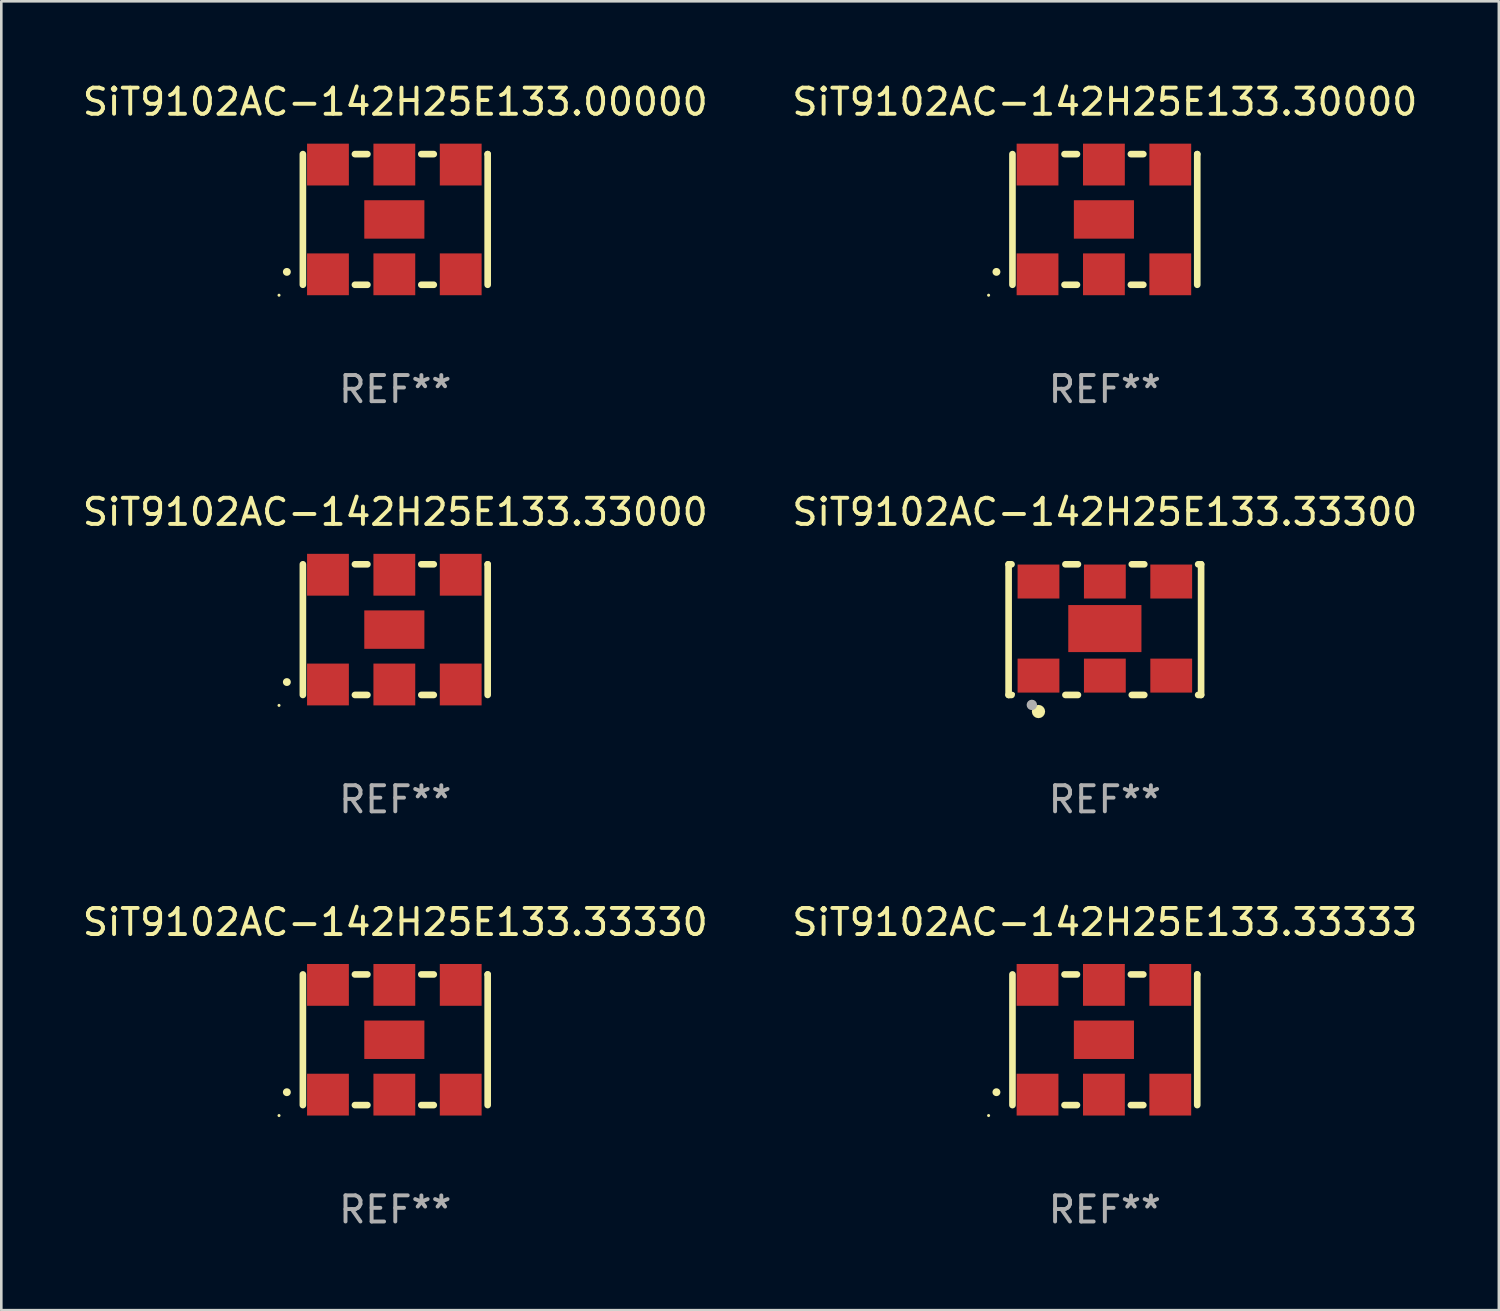
<source format=kicad_pcb>
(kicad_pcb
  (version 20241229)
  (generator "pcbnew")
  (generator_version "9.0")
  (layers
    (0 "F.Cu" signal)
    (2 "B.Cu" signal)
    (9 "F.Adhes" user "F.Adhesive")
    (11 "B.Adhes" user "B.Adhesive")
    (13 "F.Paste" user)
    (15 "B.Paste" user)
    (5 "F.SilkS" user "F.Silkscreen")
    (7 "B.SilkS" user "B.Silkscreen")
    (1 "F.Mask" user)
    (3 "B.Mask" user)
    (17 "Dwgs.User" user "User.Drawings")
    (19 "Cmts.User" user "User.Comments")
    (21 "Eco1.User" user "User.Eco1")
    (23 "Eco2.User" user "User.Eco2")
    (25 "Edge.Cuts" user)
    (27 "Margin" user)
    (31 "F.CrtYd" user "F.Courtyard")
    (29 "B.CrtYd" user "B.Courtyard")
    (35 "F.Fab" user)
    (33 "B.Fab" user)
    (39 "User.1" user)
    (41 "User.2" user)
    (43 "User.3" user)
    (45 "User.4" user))
  (footprint "SiT9102AC-142H25E133.33300"
    (layer "F.Cu")
    (at 39.232 21.045)
    (property "Reference" "SiT9102AC-142H25E133.33300" (at 0 -4.5 0) (layer "F.SilkS") (effects (font (size 1 1) (thickness 0.15))))
    (attr through_hole)
    (fp_line (start -3.683 -2.5) (end -3.571 -2.5) (stroke (width 0.254) (type solid)) (layer "F.SilkS"))
    (fp_line (start -3.683 2.5) (end -3.683 -2.5) (stroke (width 0.254) (type solid)) (layer "F.SilkS"))
    (fp_line (start -3.683 2.5) (end -3.571 2.5) (stroke (width 0.254) (type solid)) (layer "F.SilkS"))
    (fp_line (start -1.509 -2.5) (end -1.031 -2.5) (stroke (width 0.254) (type solid)) (layer "F.SilkS"))
    (fp_line (start -1.509 2.5) (end -1.031 2.5) (stroke (width 0.254) (type solid)) (layer "F.SilkS"))
    (fp_line (start 1.031 -2.5) (end 1.509 -2.5) (stroke (width 0.254) (type solid)) (layer "F.SilkS"))
    (fp_line (start 1.031 2.5) (end 1.509 2.5) (stroke (width 0.254) (type solid)) (layer "F.SilkS"))
    (fp_line (start 3.571 -2.5) (end 3.683 -2.5) (stroke (width 0.254) (type solid)) (layer "F.SilkS"))
    (fp_line (start 3.571 2.5) (end 3.683 2.5) (stroke (width 0.254) (type solid)) (layer "F.SilkS"))
    (fp_line (start 3.683 2.5) (end 3.683 -2.5) (stroke (width 0.254) (type solid)) (layer "F.SilkS"))
    (fp_circle (center -3.5 2.46) (end -3.47 2.46) (stroke (width 0.06) (type solid)) (fill no) (layer "F.SilkS"))
    (fp_circle (center -2.54 3.135) (end -2.413 3.135) (stroke (width 0.254) (type solid)) (fill no) (layer "F.SilkS"))
    (fp_circle (center -2.794 2.881) (end -2.694 2.881) (stroke (width 0.2) (type solid)) (fill no) (layer "F.Fab"))
    (fp_text user "REF**" (at 0 6.5 0) (layer "F.Fab") (effects (font (size 1 1) (thickness 0.15))))
    (pad "1" smd rect (at -2.54 1.76) (size 1.6 1.3) (layers "F.Cu" "F.Mask" "F.Paste"))
    (pad "2" smd rect (at 0 1.76) (size 1.6 1.3) (layers "F.Cu" "F.Mask" "F.Paste"))
    (pad "3" smd rect (at 2.54 1.76) (size 1.6 1.3) (layers "F.Cu" "F.Mask" "F.Paste"))
    (pad "4" smd rect (at 2.54 -1.84) (size 1.6 1.3) (layers "F.Cu" "F.Mask" "F.Paste"))
    (pad "5" smd rect (at 0 -1.84) (size 1.6 1.3) (layers "F.Cu" "F.Mask" "F.Paste"))
    (pad "6" smd rect (at -2.54 -1.84) (size 1.6 1.3) (layers "F.Cu" "F.Mask" "F.Paste"))
    (pad "7" smd rect (at 0 -0.04) (size 2.8 1.8) (layers "F.Cu" "F.Mask" "F.Paste")))
  (footprint "SiT9102AC-142H25E133.00000"
    (layer "F.Cu")
    (at 12.077 5.348)
    (property "Reference" "SiT9102AC-142H25E133.00000" (at 0 -4.5 0) (layer "F.SilkS") (effects (font (size 1 1) (thickness 0.15))))
    (attr through_hole)
    (fp_line (start -3.536 -2.5) (end -3.536 2.5) (stroke (width 0.254) (type solid)) (layer "F.SilkS"))
    (fp_line (start -1.544 2.5) (end -1.067 2.5) (stroke (width 0.254) (type solid)) (layer "F.SilkS"))
    (fp_line (start -1.067 -2.5) (end -1.544 -2.5) (stroke (width 0.254) (type solid)) (layer "F.SilkS"))
    (fp_line (start 0.996 2.5) (end 1.473 2.5) (stroke (width 0.254) (type solid)) (layer "F.SilkS"))
    (fp_line (start 1.473 -2.5) (end 0.996 -2.5) (stroke (width 0.254) (type solid)) (layer "F.SilkS"))
    (fp_line (start 3.536 -2.5) (end 3.536 -2.5) (stroke (width 0.254) (type solid)) (layer "F.SilkS"))
    (fp_line (start 3.536 2.5) (end 3.536 -2.5) (stroke (width 0.254) (type solid)) (layer "F.SilkS"))
    (fp_arc (start -4.150432 2.006604) (mid -4.149162 2.006599) (end -4.147892 2.006604) (stroke (width 0.3) (type solid)) (layer "F.SilkS"))
    (fp_circle (center -4.449 2.9) (end -4.419 2.9) (stroke (width 0.06) (type solid)) (fill no) (layer "F.SilkS"))
    (fp_text user "REF**" (at 0 6.5 0) (layer "F.Fab") (effects (font (size 1 1) (thickness 0.15))))
    (pad "1" smd rect (at -2.576 2.1) (size 1.6 1.6) (layers "F.Cu" "F.Mask" "F.Paste"))
    (pad "2" smd rect (at -0.036 2.1) (size 1.6 1.6) (layers "F.Cu" "F.Mask" "F.Paste"))
    (pad "3" smd rect (at 2.504 2.1) (size 1.6 1.6) (layers "F.Cu" "F.Mask" "F.Paste"))
    (pad "4" smd rect (at 2.504 -2.1) (size 1.6 1.6) (layers "F.Cu" "F.Mask" "F.Paste"))
    (pad "5" smd rect (at -0.036 -2.1) (size 1.6 1.6) (layers "F.Cu" "F.Mask" "F.Paste"))
    (pad "6" smd rect (at -2.576 -2.1) (size 1.6 1.6) (layers "F.Cu" "F.Mask" "F.Paste"))
    (pad "7" smd rect (at -0.036 0) (size 2.3 1.47) (layers "F.Cu" "F.Mask" "F.Paste")))
  (footprint "SiT9102AC-142H25E133.33000"
    (layer "F.Cu")
    (at 12.077 21.045)
    (property "Reference" "SiT9102AC-142H25E133.33000" (at 0 -4.5 0) (layer "F.SilkS") (effects (font (size 1 1) (thickness 0.15))))
    (attr through_hole)
    (fp_line (start -3.536 -2.5) (end -3.536 2.5) (stroke (width 0.254) (type solid)) (layer "F.SilkS"))
    (fp_line (start -1.544 2.5) (end -1.067 2.5) (stroke (width 0.254) (type solid)) (layer "F.SilkS"))
    (fp_line (start -1.067 -2.5) (end -1.544 -2.5) (stroke (width 0.254) (type solid)) (layer "F.SilkS"))
    (fp_line (start 0.996 2.5) (end 1.473 2.5) (stroke (width 0.254) (type solid)) (layer "F.SilkS"))
    (fp_line (start 1.473 -2.5) (end 0.996 -2.5) (stroke (width 0.254) (type solid)) (layer "F.SilkS"))
    (fp_line (start 3.536 -2.5) (end 3.536 -2.5) (stroke (width 0.254) (type solid)) (layer "F.SilkS"))
    (fp_line (start 3.536 2.5) (end 3.536 -2.5) (stroke (width 0.254) (type solid)) (layer "F.SilkS"))
    (fp_arc (start -4.150432 2.006604) (mid -4.149162 2.006599) (end -4.147892 2.006604) (stroke (width 0.3) (type solid)) (layer "F.SilkS"))
    (fp_circle (center -4.449 2.9) (end -4.419 2.9) (stroke (width 0.06) (type solid)) (fill no) (layer "F.SilkS"))
    (fp_text user "REF**" (at 0 6.5 0) (layer "F.Fab") (effects (font (size 1 1) (thickness 0.15))))
    (pad "1" smd rect (at -2.576 2.1) (size 1.6 1.6) (layers "F.Cu" "F.Mask" "F.Paste"))
    (pad "2" smd rect (at -0.036 2.1) (size 1.6 1.6) (layers "F.Cu" "F.Mask" "F.Paste"))
    (pad "3" smd rect (at 2.504 2.1) (size 1.6 1.6) (layers "F.Cu" "F.Mask" "F.Paste"))
    (pad "4" smd rect (at 2.504 -2.1) (size 1.6 1.6) (layers "F.Cu" "F.Mask" "F.Paste"))
    (pad "5" smd rect (at -0.036 -2.1) (size 1.6 1.6) (layers "F.Cu" "F.Mask" "F.Paste"))
    (pad "6" smd rect (at -2.576 -2.1) (size 1.6 1.6) (layers "F.Cu" "F.Mask" "F.Paste"))
    (pad "7" smd rect (at -0.036 0) (size 2.3 1.47) (layers "F.Cu" "F.Mask" "F.Paste")))
  (footprint "SiT9102AC-142H25E133.33333"
    (layer "F.Cu")
    (at 39.232 36.741)
    (property "Reference" "SiT9102AC-142H25E133.33333" (at 0 -4.5 0) (layer "F.SilkS") (effects (font (size 1 1) (thickness 0.15))))
    (attr through_hole)
    (fp_line (start -3.536 -2.5) (end -3.536 2.5) (stroke (width 0.254) (type solid)) (layer "F.SilkS"))
    (fp_line (start -1.544 2.5) (end -1.067 2.5) (stroke (width 0.254) (type solid)) (layer "F.SilkS"))
    (fp_line (start -1.067 -2.5) (end -1.544 -2.5) (stroke (width 0.254) (type solid)) (layer "F.SilkS"))
    (fp_line (start 0.996 2.5) (end 1.473 2.5) (stroke (width 0.254) (type solid)) (layer "F.SilkS"))
    (fp_line (start 1.473 -2.5) (end 0.996 -2.5) (stroke (width 0.254) (type solid)) (layer "F.SilkS"))
    (fp_line (start 3.536 -2.5) (end 3.536 -2.5) (stroke (width 0.254) (type solid)) (layer "F.SilkS"))
    (fp_line (start 3.536 2.5) (end 3.536 -2.5) (stroke (width 0.254) (type solid)) (layer "F.SilkS"))
    (fp_arc (start -4.150432 2.006604) (mid -4.149162 2.006599) (end -4.147892 2.006604) (stroke (width 0.3) (type solid)) (layer "F.SilkS"))
    (fp_circle (center -4.449 2.9) (end -4.419 2.9) (stroke (width 0.06) (type solid)) (fill no) (layer "F.SilkS"))
    (fp_text user "REF**" (at 0 6.5 0) (layer "F.Fab") (effects (font (size 1 1) (thickness 0.15))))
    (pad "1" smd rect (at -2.576 2.1) (size 1.6 1.6) (layers "F.Cu" "F.Mask" "F.Paste"))
    (pad "2" smd rect (at -0.036 2.1) (size 1.6 1.6) (layers "F.Cu" "F.Mask" "F.Paste"))
    (pad "3" smd rect (at 2.504 2.1) (size 1.6 1.6) (layers "F.Cu" "F.Mask" "F.Paste"))
    (pad "4" smd rect (at 2.504 -2.1) (size 1.6 1.6) (layers "F.Cu" "F.Mask" "F.Paste"))
    (pad "5" smd rect (at -0.036 -2.1) (size 1.6 1.6) (layers "F.Cu" "F.Mask" "F.Paste"))
    (pad "6" smd rect (at -2.576 -2.1) (size 1.6 1.6) (layers "F.Cu" "F.Mask" "F.Paste"))
    (pad "7" smd rect (at -0.036 0) (size 2.3 1.47) (layers "F.Cu" "F.Mask" "F.Paste")))
  (footprint "SiT9102AC-142H25E133.33330"
    (layer "F.Cu")
    (at 12.077 36.741)
    (property "Reference" "SiT9102AC-142H25E133.33330" (at 0 -4.5 0) (layer "F.SilkS") (effects (font (size 1 1) (thickness 0.15))))
    (attr through_hole)
    (fp_line (start -3.536 -2.5) (end -3.536 2.5) (stroke (width 0.254) (type solid)) (layer "F.SilkS"))
    (fp_line (start -1.544 2.5) (end -1.067 2.5) (stroke (width 0.254) (type solid)) (layer "F.SilkS"))
    (fp_line (start -1.067 -2.5) (end -1.544 -2.5) (stroke (width 0.254) (type solid)) (layer "F.SilkS"))
    (fp_line (start 0.996 2.5) (end 1.473 2.5) (stroke (width 0.254) (type solid)) (layer "F.SilkS"))
    (fp_line (start 1.473 -2.5) (end 0.996 -2.5) (stroke (width 0.254) (type solid)) (layer "F.SilkS"))
    (fp_line (start 3.536 -2.5) (end 3.536 -2.5) (stroke (width 0.254) (type solid)) (layer "F.SilkS"))
    (fp_line (start 3.536 2.5) (end 3.536 -2.5) (stroke (width 0.254) (type solid)) (layer "F.SilkS"))
    (fp_arc (start -4.150432 2.006604) (mid -4.149162 2.006599) (end -4.147892 2.006604) (stroke (width 0.3) (type solid)) (layer "F.SilkS"))
    (fp_circle (center -4.449 2.9) (end -4.419 2.9) (stroke (width 0.06) (type solid)) (fill no) (layer "F.SilkS"))
    (fp_text user "REF**" (at 0 6.5 0) (layer "F.Fab") (effects (font (size 1 1) (thickness 0.15))))
    (pad "1" smd rect (at -2.576 2.1) (size 1.6 1.6) (layers "F.Cu" "F.Mask" "F.Paste"))
    (pad "2" smd rect (at -0.036 2.1) (size 1.6 1.6) (layers "F.Cu" "F.Mask" "F.Paste"))
    (pad "3" smd rect (at 2.504 2.1) (size 1.6 1.6) (layers "F.Cu" "F.Mask" "F.Paste"))
    (pad "4" smd rect (at 2.504 -2.1) (size 1.6 1.6) (layers "F.Cu" "F.Mask" "F.Paste"))
    (pad "5" smd rect (at -0.036 -2.1) (size 1.6 1.6) (layers "F.Cu" "F.Mask" "F.Paste"))
    (pad "6" smd rect (at -2.576 -2.1) (size 1.6 1.6) (layers "F.Cu" "F.Mask" "F.Paste"))
    (pad "7" smd rect (at -0.036 0) (size 2.3 1.47) (layers "F.Cu" "F.Mask" "F.Paste")))
  (footprint "SiT9102AC-142H25E133.30000"
    (layer "F.Cu")
    (at 39.232 5.348)
    (property "Reference" "SiT9102AC-142H25E133.30000" (at 0 -4.5 0) (layer "F.SilkS") (effects (font (size 1 1) (thickness 0.15))))
    (attr through_hole)
    (fp_line (start -3.536 -2.5) (end -3.536 2.5) (stroke (width 0.254) (type solid)) (layer "F.SilkS"))
    (fp_line (start -1.544 2.5) (end -1.067 2.5) (stroke (width 0.254) (type solid)) (layer "F.SilkS"))
    (fp_line (start -1.067 -2.5) (end -1.544 -2.5) (stroke (width 0.254) (type solid)) (layer "F.SilkS"))
    (fp_line (start 0.996 2.5) (end 1.473 2.5) (stroke (width 0.254) (type solid)) (layer "F.SilkS"))
    (fp_line (start 1.473 -2.5) (end 0.996 -2.5) (stroke (width 0.254) (type solid)) (layer "F.SilkS"))
    (fp_line (start 3.536 -2.5) (end 3.536 -2.5) (stroke (width 0.254) (type solid)) (layer "F.SilkS"))
    (fp_line (start 3.536 2.5) (end 3.536 -2.5) (stroke (width 0.254) (type solid)) (layer "F.SilkS"))
    (fp_arc (start -4.150432 2.006604) (mid -4.149162 2.006599) (end -4.147892 2.006604) (stroke (width 0.3) (type solid)) (layer "F.SilkS"))
    (fp_circle (center -4.449 2.9) (end -4.419 2.9) (stroke (width 0.06) (type solid)) (fill no) (layer "F.SilkS"))
    (fp_text user "REF**" (at 0 6.5 0) (layer "F.Fab") (effects (font (size 1 1) (thickness 0.15))))
    (pad "1" smd rect (at -2.576 2.1) (size 1.6 1.6) (layers "F.Cu" "F.Mask" "F.Paste"))
    (pad "2" smd rect (at -0.036 2.1) (size 1.6 1.6) (layers "F.Cu" "F.Mask" "F.Paste"))
    (pad "3" smd rect (at 2.504 2.1) (size 1.6 1.6) (layers "F.Cu" "F.Mask" "F.Paste"))
    (pad "4" smd rect (at 2.504 -2.1) (size 1.6 1.6) (layers "F.Cu" "F.Mask" "F.Paste"))
    (pad "5" smd rect (at -0.036 -2.1) (size 1.6 1.6) (layers "F.Cu" "F.Mask" "F.Paste"))
    (pad "6" smd rect (at -2.576 -2.1) (size 1.6 1.6) (layers "F.Cu" "F.Mask" "F.Paste"))
    (pad "7" smd rect (at -0.036 0) (size 2.3 1.47) (layers "F.Cu" "F.Mask" "F.Paste")))
  (gr_rect
    (start -3 -3)
    (end 54.31 47.09)
    (stroke (width 0.1) (type default))
    (fill no)
    (layer "Edge.Cuts")))
</source>
